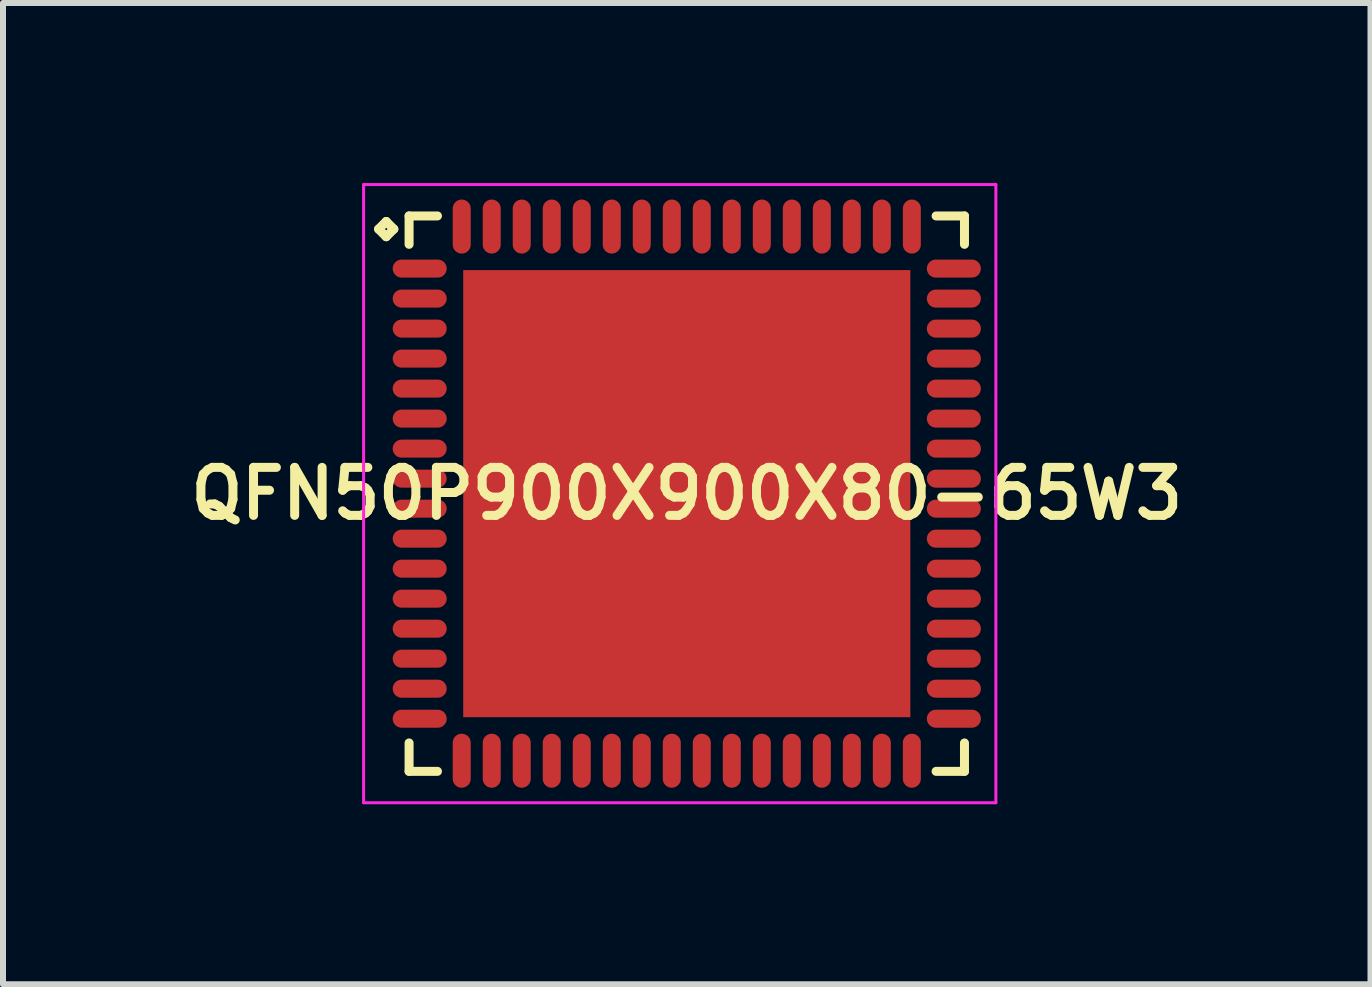
<source format=kicad_pcb>
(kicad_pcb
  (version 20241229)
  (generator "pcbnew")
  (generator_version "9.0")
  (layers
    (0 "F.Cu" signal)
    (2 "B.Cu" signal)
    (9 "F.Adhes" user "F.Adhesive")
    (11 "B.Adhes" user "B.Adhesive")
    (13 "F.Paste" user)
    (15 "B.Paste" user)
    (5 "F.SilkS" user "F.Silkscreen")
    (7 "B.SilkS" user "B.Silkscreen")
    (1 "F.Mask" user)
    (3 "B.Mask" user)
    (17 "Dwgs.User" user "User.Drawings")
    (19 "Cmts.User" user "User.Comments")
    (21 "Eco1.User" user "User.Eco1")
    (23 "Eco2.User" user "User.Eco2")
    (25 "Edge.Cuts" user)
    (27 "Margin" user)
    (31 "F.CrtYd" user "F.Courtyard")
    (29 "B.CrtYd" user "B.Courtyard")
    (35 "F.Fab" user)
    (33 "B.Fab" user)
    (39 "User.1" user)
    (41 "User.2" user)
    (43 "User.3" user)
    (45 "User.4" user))
  (footprint "QFN50P900X900X80-65W3"
    (layer "F.Cu")
    (at 8.393 5.175)
    (property "Reference" "QFN50P900X900X80-65W3" (at 0 0 0) (layer "F.SilkS") (effects (font (size 0.8 0.8) (thickness 0.15))))
    (attr smd)
    (fp_line (start -5.135 -4.408) (end -5.008 -4.535) (stroke (width 0.15) (type solid)) (layer "F.SilkS"))
    (fp_line (start -5.008 -4.535) (end -4.881 -4.408) (stroke (width 0.15) (type solid)) (layer "F.SilkS"))
    (fp_line (start -5.008 -4.281) (end -5.135 -4.408) (stroke (width 0.15) (type solid)) (layer "F.SilkS"))
    (fp_line (start -4.881 -4.408) (end -5.008 -4.281) (stroke (width 0.15) (type solid)) (layer "F.SilkS"))
    (fp_line (start -4.627 -4.627) (end -4.154 -4.627) (stroke (width 0.15) (type solid)) (layer "F.SilkS"))
    (fp_line (start -4.627 -4.154) (end -4.627 -4.627) (stroke (width 0.15) (type solid)) (layer "F.SilkS"))
    (fp_line (start -4.627 4.154) (end -4.627 4.627) (stroke (width 0.15) (type solid)) (layer "F.SilkS"))
    (fp_line (start -4.627 4.627) (end -4.154 4.627) (stroke (width 0.15) (type solid)) (layer "F.SilkS"))
    (fp_line (start 4.154 -4.627) (end 4.627 -4.627) (stroke (width 0.15) (type solid)) (layer "F.SilkS"))
    (fp_line (start 4.154 4.627) (end 4.627 4.627) (stroke (width 0.15) (type solid)) (layer "F.SilkS"))
    (fp_line (start 4.627 -4.627) (end 4.627 -4.154) (stroke (width 0.15) (type solid)) (layer "F.SilkS"))
    (fp_line (start 4.627 4.627) (end 4.627 4.154) (stroke (width 0.15) (type solid)) (layer "F.SilkS"))
    (fp_line (start -5.385 -5.15) (end 5.15 -5.15) (stroke (width 0.05) (type solid)) (layer "F.CrtYd"))
    (fp_line (start -5.385 5.15) (end -5.385 -5.15) (stroke (width 0.05) (type solid)) (layer "F.CrtYd"))
    (fp_line (start 5.15 -5.15) (end 5.15 5.15) (stroke (width 0.05) (type solid)) (layer "F.CrtYd"))
    (fp_line (start 5.15 5.15) (end -5.385 5.15) (stroke (width 0.05) (type solid)) (layer "F.CrtYd"))
    (pad "1" smd oval (at -4.45 -3.75) (size 0.9 0.3) (layers "F.Cu" "F.Mask" "F.Paste"))
    (pad "2" smd oval (at -4.45 -3.25) (size 0.9 0.3) (layers "F.Cu" "F.Mask" "F.Paste"))
    (pad "3" smd oval (at -4.45 -2.75) (size 0.9 0.3) (layers "F.Cu" "F.Mask" "F.Paste"))
    (pad "4" smd oval (at -4.45 -2.25) (size 0.9 0.3) (layers "F.Cu" "F.Mask" "F.Paste"))
    (pad "5" smd oval (at -4.45 -1.75) (size 0.9 0.3) (layers "F.Cu" "F.Mask" "F.Paste"))
    (pad "6" smd oval (at -4.45 -1.25) (size 0.9 0.3) (layers "F.Cu" "F.Mask" "F.Paste"))
    (pad "7" smd oval (at -4.45 -0.75) (size 0.9 0.3) (layers "F.Cu" "F.Mask" "F.Paste"))
    (pad "8" smd oval (at -4.45 -0.25) (size 0.9 0.3) (layers "F.Cu" "F.Mask" "F.Paste"))
    (pad "9" smd oval (at -4.45 0.25) (size 0.9 0.3) (layers "F.Cu" "F.Mask" "F.Paste"))
    (pad "10" smd oval (at -4.45 0.75) (size 0.9 0.3) (layers "F.Cu" "F.Mask" "F.Paste"))
    (pad "11" smd oval (at -4.45 1.25) (size 0.9 0.3) (layers "F.Cu" "F.Mask" "F.Paste"))
    (pad "12" smd oval (at -4.45 1.75) (size 0.9 0.3) (layers "F.Cu" "F.Mask" "F.Paste"))
    (pad "13" smd oval (at -4.45 2.25) (size 0.9 0.3) (layers "F.Cu" "F.Mask" "F.Paste"))
    (pad "14" smd oval (at -4.45 2.75) (size 0.9 0.3) (layers "F.Cu" "F.Mask" "F.Paste"))
    (pad "15" smd oval (at -4.45 3.25) (size 0.9 0.3) (layers "F.Cu" "F.Mask" "F.Paste"))
    (pad "16" smd oval (at -4.45 3.75) (size 0.9 0.3) (layers "F.Cu" "F.Mask" "F.Paste"))
    (pad "17" smd oval (at -3.75 4.45) (size 0.3 0.9) (layers "F.Cu" "F.Mask" "F.Paste"))
    (pad "18" smd oval (at -3.25 4.45) (size 0.3 0.9) (layers "F.Cu" "F.Mask" "F.Paste"))
    (pad "19" smd oval (at -2.75 4.45) (size 0.3 0.9) (layers "F.Cu" "F.Mask" "F.Paste"))
    (pad "20" smd oval (at -2.25 4.45) (size 0.3 0.9) (layers "F.Cu" "F.Mask" "F.Paste"))
    (pad "21" smd oval (at -1.75 4.45) (size 0.3 0.9) (layers "F.Cu" "F.Mask" "F.Paste"))
    (pad "22" smd oval (at -1.25 4.45) (size 0.3 0.9) (layers "F.Cu" "F.Mask" "F.Paste"))
    (pad "23" smd oval (at -0.75 4.45) (size 0.3 0.9) (layers "F.Cu" "F.Mask" "F.Paste"))
    (pad "24" smd oval (at -0.25 4.45) (size 0.3 0.9) (layers "F.Cu" "F.Mask" "F.Paste"))
    (pad "25" smd oval (at 0.25 4.45) (size 0.3 0.9) (layers "F.Cu" "F.Mask" "F.Paste"))
    (pad "26" smd oval (at 0.75 4.45) (size 0.3 0.9) (layers "F.Cu" "F.Mask" "F.Paste"))
    (pad "27" smd oval (at 1.25 4.45) (size 0.3 0.9) (layers "F.Cu" "F.Mask" "F.Paste"))
    (pad "28" smd oval (at 1.75 4.45) (size 0.3 0.9) (layers "F.Cu" "F.Mask" "F.Paste"))
    (pad "29" smd oval (at 2.25 4.45) (size 0.3 0.9) (layers "F.Cu" "F.Mask" "F.Paste"))
    (pad "30" smd oval (at 2.75 4.45) (size 0.3 0.9) (layers "F.Cu" "F.Mask" "F.Paste"))
    (pad "31" smd oval (at 3.25 4.45) (size 0.3 0.9) (layers "F.Cu" "F.Mask" "F.Paste"))
    (pad "32" smd oval (at 3.75 4.45) (size 0.3 0.9) (layers "F.Cu" "F.Mask" "F.Paste"))
    (pad "33" smd oval (at 4.45 3.75) (size 0.9 0.3) (layers "F.Cu" "F.Mask" "F.Paste"))
    (pad "34" smd oval (at 4.45 3.25) (size 0.9 0.3) (layers "F.Cu" "F.Mask" "F.Paste"))
    (pad "35" smd oval (at 4.45 2.75) (size 0.9 0.3) (layers "F.Cu" "F.Mask" "F.Paste"))
    (pad "36" smd oval (at 4.45 2.25) (size 0.9 0.3) (layers "F.Cu" "F.Mask" "F.Paste"))
    (pad "37" smd oval (at 4.45 1.75) (size 0.9 0.3) (layers "F.Cu" "F.Mask" "F.Paste"))
    (pad "38" smd oval (at 4.45 1.25) (size 0.9 0.3) (layers "F.Cu" "F.Mask" "F.Paste"))
    (pad "39" smd oval (at 4.45 0.75) (size 0.9 0.3) (layers "F.Cu" "F.Mask" "F.Paste"))
    (pad "40" smd oval (at 4.45 0.25) (size 0.9 0.3) (layers "F.Cu" "F.Mask" "F.Paste"))
    (pad "41" smd oval (at 4.45 -0.25) (size 0.9 0.3) (layers "F.Cu" "F.Mask" "F.Paste"))
    (pad "42" smd oval (at 4.45 -0.75) (size 0.9 0.3) (layers "F.Cu" "F.Mask" "F.Paste"))
    (pad "43" smd oval (at 4.45 -1.25) (size 0.9 0.3) (layers "F.Cu" "F.Mask" "F.Paste"))
    (pad "44" smd oval (at 4.45 -1.75) (size 0.9 0.3) (layers "F.Cu" "F.Mask" "F.Paste"))
    (pad "45" smd oval (at 4.45 -2.25) (size 0.9 0.3) (layers "F.Cu" "F.Mask" "F.Paste"))
    (pad "46" smd oval (at 4.45 -2.75) (size 0.9 0.3) (layers "F.Cu" "F.Mask" "F.Paste"))
    (pad "47" smd oval (at 4.45 -3.25) (size 0.9 0.3) (layers "F.Cu" "F.Mask" "F.Paste"))
    (pad "48" smd oval (at 4.45 -3.75) (size 0.9 0.3) (layers "F.Cu" "F.Mask" "F.Paste"))
    (pad "49" smd oval (at 3.75 -4.45) (size 0.3 0.9) (layers "F.Cu" "F.Mask" "F.Paste"))
    (pad "50" smd oval (at 3.25 -4.45) (size 0.3 0.9) (layers "F.Cu" "F.Mask" "F.Paste"))
    (pad "51" smd oval (at 2.75 -4.45) (size 0.3 0.9) (layers "F.Cu" "F.Mask" "F.Paste"))
    (pad "52" smd oval (at 2.25 -4.45) (size 0.3 0.9) (layers "F.Cu" "F.Mask" "F.Paste"))
    (pad "53" smd oval (at 1.75 -4.45) (size 0.3 0.9) (layers "F.Cu" "F.Mask" "F.Paste"))
    (pad "54" smd oval (at 1.25 -4.45) (size 0.3 0.9) (layers "F.Cu" "F.Mask" "F.Paste"))
    (pad "55" smd oval (at 0.75 -4.45) (size 0.3 0.9) (layers "F.Cu" "F.Mask" "F.Paste"))
    (pad "56" smd oval (at 0.25 -4.45) (size 0.3 0.9) (layers "F.Cu" "F.Mask" "F.Paste"))
    (pad "57" smd oval (at -0.25 -4.45) (size 0.3 0.9) (layers "F.Cu" "F.Mask" "F.Paste"))
    (pad "58" smd oval (at -0.75 -4.45) (size 0.3 0.9) (layers "F.Cu" "F.Mask" "F.Paste"))
    (pad "59" smd oval (at -1.25 -4.45) (size 0.3 0.9) (layers "F.Cu" "F.Mask" "F.Paste"))
    (pad "60" smd oval (at -1.75 -4.45) (size 0.3 0.9) (layers "F.Cu" "F.Mask" "F.Paste"))
    (pad "61" smd oval (at -2.25 -4.45) (size 0.3 0.9) (layers "F.Cu" "F.Mask" "F.Paste"))
    (pad "62" smd oval (at -2.75 -4.45) (size 0.3 0.9) (layers "F.Cu" "F.Mask" "F.Paste"))
    (pad "63" smd oval (at -3.25 -4.45) (size 0.3 0.9) (layers "F.Cu" "F.Mask" "F.Paste"))
    (pad "64" smd oval (at -3.75 -4.45) (size 0.3 0.9) (layers "F.Cu" "F.Mask" "F.Paste"))
    (pad "65" smd rect (at 0 0) (size 7.45 7.45) (layers "F.Cu" "F.Mask" "F.Paste")))
  (gr_rect
    (start -3 -3)
    (end 19.785 13.35)
    (stroke (width 0.1) (type default))
    (fill no)
    (layer "Edge.Cuts")))
</source>
